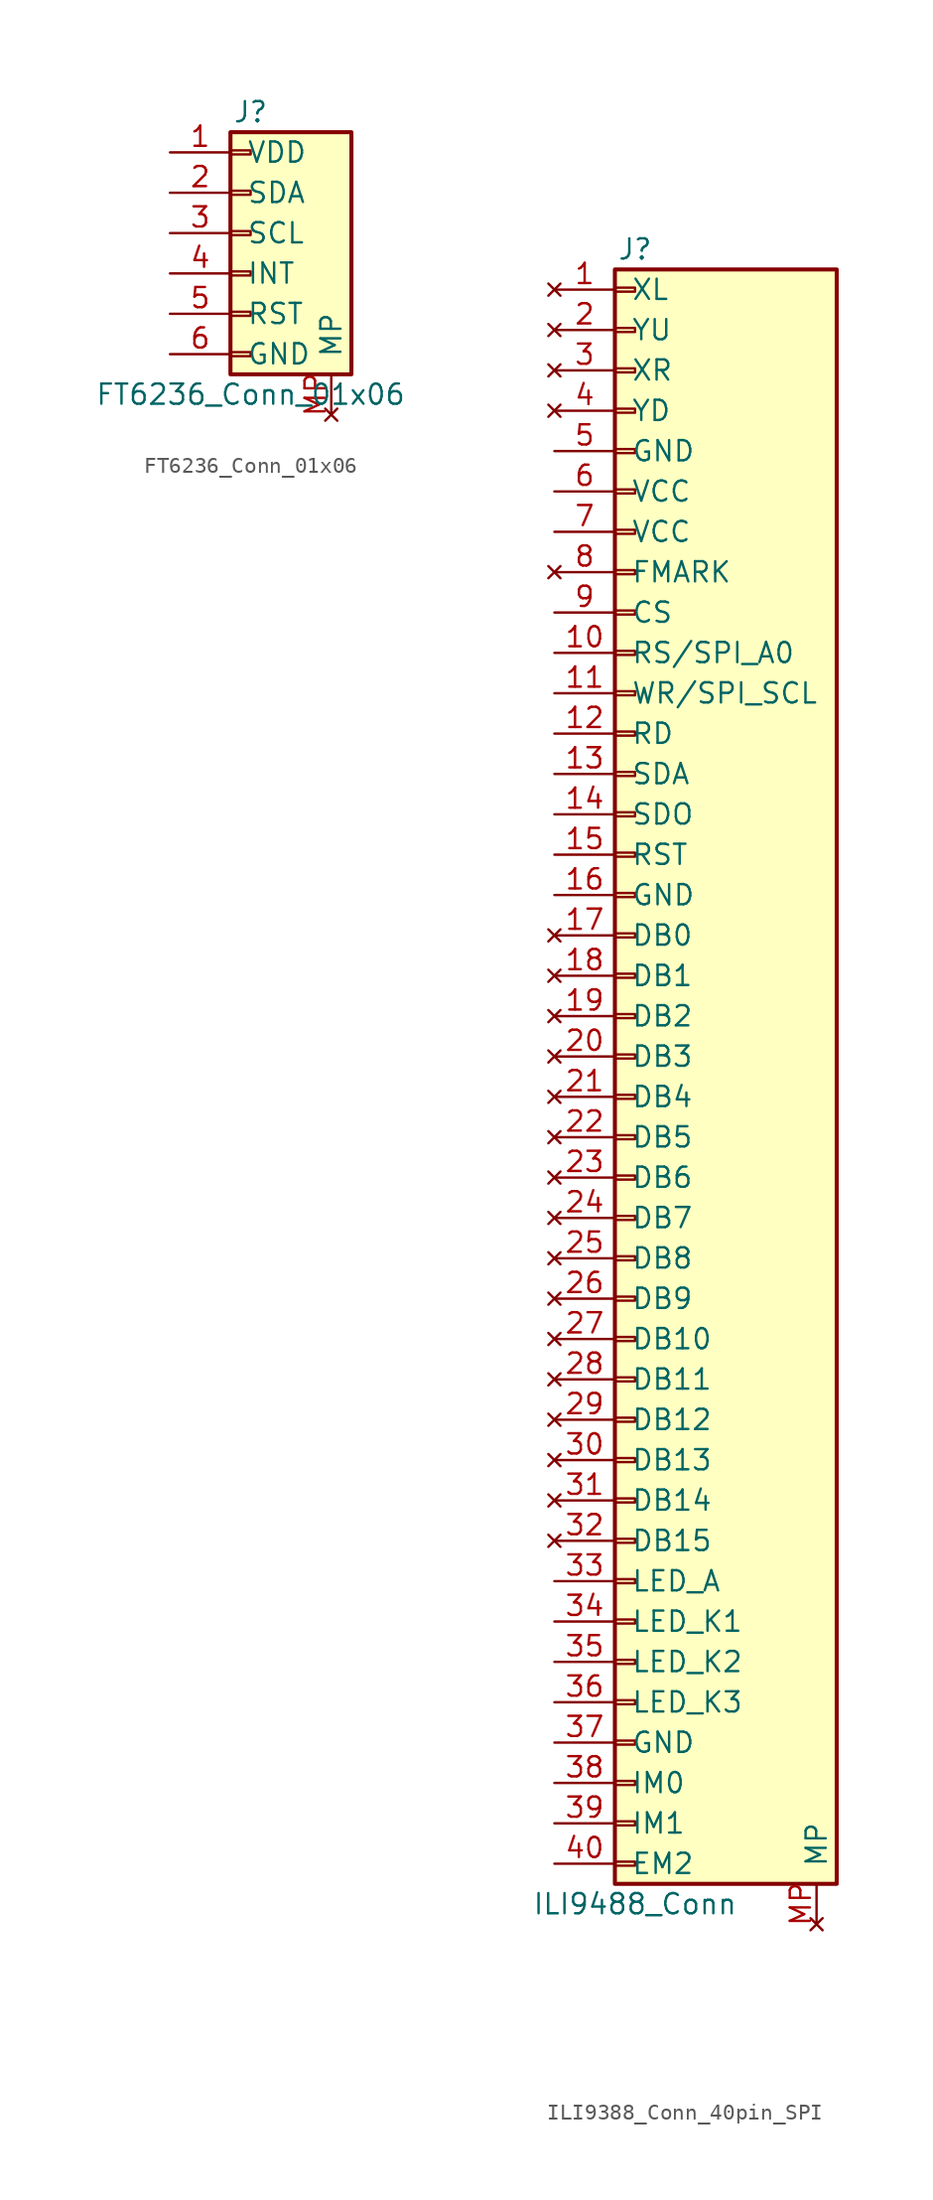
<source format=kicad_sym>
(kicad_symbol_lib
  (version 20241209)
  (generator "kicad_symbol_editor")
  (generator_version "9.0")
  (symbol "FT6236_Conn_01x06"
    (pin_names
      (offset 1.016))
    (property "Reference" "J"
      (at 0 7.62 0)
      (effects (font (size 1.27 1.27))))
    (property "Value" "FT6236_Conn_01x06"
      (at 0 -10.16 0)
      (effects (font (size 1.27 1.27))))
    (symbol "FT6236_Conn_01x06_1_1"
      (rectangle (start -1.27 6.35) (end 6.35 -8.89) (stroke (width 0.254) (type default)) (fill (type background)))
      (rectangle (start -1.27 5.207) (end 0 4.953) (stroke (width 0.152) (type default)) (fill (type none)))
      (rectangle (start -1.27 2.667) (end 0 2.413) (stroke (width 0.152) (type default)) (fill (type none)))
      (rectangle (start -1.27 0.127) (end 0 -0.127) (stroke (width 0.152) (type default)) (fill (type none)))
      (rectangle (start -1.27 -2.413) (end 0 -2.667) (stroke (width 0.152) (type default)) (fill (type none)))
      (rectangle (start -1.27 -4.953) (end 0 -5.207) (stroke (width 0.152) (type default)) (fill (type none)))
      (rectangle (start -1.27 -7.493) (end 0 -7.747) (stroke (width 0.152) (type default)) (fill (type none)))
      (pin passive line (at -5.08 5.08 0) (length 3.81) (name "VDD" (effects (font (size 1.27 1.27)))) (number "1" (effects (font (size 1.27 1.27)))))
      (pin passive line (at -5.08 2.54 0) (length 3.81) (name "SDA" (effects (font (size 1.27 1.27)))) (number "2" (effects (font (size 1.27 1.27)))))
      (pin passive line (at -5.08 0 0) (length 3.81) (name "SCL" (effects (font (size 1.27 1.27)))) (number "3" (effects (font (size 1.27 1.27)))))
      (pin passive line (at -5.08 -2.54 0) (length 3.81) (name "INT" (effects (font (size 1.27 1.27)))) (number "4" (effects (font (size 1.27 1.27)))))
      (pin passive line (at -5.08 -5.08 0) (length 3.81) (name "RST" (effects (font (size 1.27 1.27)))) (number "5" (effects (font (size 1.27 1.27)))))
      (pin passive line (at -5.08 -7.62 0) (length 3.81) (name "GND" (effects (font (size 1.27 1.27)))) (number "6" (effects (font (size 1.27 1.27)))))
      (pin no_connect line (at 5.08 -11.43 90) (length 2.54) (name "MP" (effects (font (size 1.27 1.27)))) (number "MP" (effects (font (size 1.27 1.27)))))))
  (symbol "ILI9388_Conn_40pin_SPI"
    (pin_names
      (offset 1.016))
    (property "Reference" "J"
      (at 0 50.8 0)
      (effects (font (size 1.27 1.27))))
    (property "Value" "ILI9488_Conn"
      (at 0 -53.34 0)
      (effects (font (size 1.27 1.27))))
    (symbol "ILI9388_Conn_40pin_SPI_1_1"
      (rectangle (start -1.27 49.53) (end 12.7 -52.07) (stroke (width 0.254) (type default)) (fill (type background)))
      (rectangle (start -1.27 48.387) (end 0 48.133) (stroke (width 0.152) (type default)) (fill (type none)))
      (rectangle (start -1.27 45.847) (end 0 45.593) (stroke (width 0.152) (type default)) (fill (type none)))
      (rectangle (start -1.27 43.307) (end 0 43.053) (stroke (width 0.152) (type default)) (fill (type none)))
      (rectangle (start -1.27 40.767) (end 0 40.513) (stroke (width 0.152) (type default)) (fill (type none)))
      (rectangle (start -1.27 38.227) (end 0 37.973) (stroke (width 0.152) (type default)) (fill (type none)))
      (rectangle (start -1.27 35.687) (end 0 35.433) (stroke (width 0.152) (type default)) (fill (type none)))
      (rectangle (start -1.27 33.147) (end 0 32.893) (stroke (width 0.152) (type default)) (fill (type none)))
      (rectangle (start -1.27 30.607) (end 0 30.353) (stroke (width 0.152) (type default)) (fill (type none)))
      (rectangle (start -1.27 28.067) (end 0 27.813) (stroke (width 0.152) (type default)) (fill (type none)))
      (rectangle (start -1.27 25.527) (end 0 25.273) (stroke (width 0.152) (type default)) (fill (type none)))
      (rectangle (start -1.27 22.987) (end 0 22.733) (stroke (width 0.152) (type default)) (fill (type none)))
      (rectangle (start -1.27 20.447) (end 0 20.193) (stroke (width 0.152) (type default)) (fill (type none)))
      (rectangle (start -1.27 17.907) (end 0 17.653) (stroke (width 0.152) (type default)) (fill (type none)))
      (rectangle (start -1.27 15.367) (end 0 15.113) (stroke (width 0.152) (type default)) (fill (type none)))
      (rectangle (start -1.27 12.827) (end 0 12.573) (stroke (width 0.152) (type default)) (fill (type none)))
      (rectangle (start -1.27 10.287) (end 0 10.033) (stroke (width 0.152) (type default)) (fill (type none)))
      (rectangle (start -1.27 7.747) (end 0 7.493) (stroke (width 0.152) (type default)) (fill (type none)))
      (rectangle (start -1.27 5.207) (end 0 4.953) (stroke (width 0.152) (type default)) (fill (type none)))
      (rectangle (start -1.27 2.667) (end 0 2.413) (stroke (width 0.152) (type default)) (fill (type none)))
      (rectangle (start -1.27 0.127) (end 0 -0.127) (stroke (width 0.152) (type default)) (fill (type none)))
      (rectangle (start -1.27 -2.413) (end 0 -2.667) (stroke (width 0.152) (type default)) (fill (type none)))
      (rectangle (start -1.27 -4.953) (end 0 -5.207) (stroke (width 0.152) (type default)) (fill (type none)))
      (rectangle (start -1.27 -7.493) (end 0 -7.747) (stroke (width 0.152) (type default)) (fill (type none)))
      (rectangle (start -1.27 -10.033) (end 0 -10.287) (stroke (width 0.152) (type default)) (fill (type none)))
      (rectangle (start -1.27 -12.573) (end 0 -12.827) (stroke (width 0.152) (type default)) (fill (type none)))
      (rectangle (start -1.27 -15.113) (end 0 -15.367) (stroke (width 0.152) (type default)) (fill (type none)))
      (rectangle (start -1.27 -17.653) (end 0 -17.907) (stroke (width 0.152) (type default)) (fill (type none)))
      (rectangle (start -1.27 -20.193) (end 0 -20.447) (stroke (width 0.152) (type default)) (fill (type none)))
      (rectangle (start -1.27 -22.733) (end 0 -22.987) (stroke (width 0.152) (type default)) (fill (type none)))
      (rectangle (start -1.27 -25.273) (end 0 -25.527) (stroke (width 0.152) (type default)) (fill (type none)))
      (rectangle (start -1.27 -27.813) (end 0 -28.067) (stroke (width 0.152) (type default)) (fill (type none)))
      (rectangle (start -1.27 -30.353) (end 0 -30.607) (stroke (width 0.152) (type default)) (fill (type none)))
      (rectangle (start -1.27 -32.893) (end 0 -33.147) (stroke (width 0.152) (type default)) (fill (type none)))
      (rectangle (start -1.27 -35.433) (end 0 -35.687) (stroke (width 0.152) (type default)) (fill (type none)))
      (rectangle (start -1.27 -37.973) (end 0 -38.227) (stroke (width 0.152) (type default)) (fill (type none)))
      (rectangle (start -1.27 -40.513) (end 0 -40.767) (stroke (width 0.152) (type default)) (fill (type none)))
      (rectangle (start -1.27 -43.053) (end 0 -43.307) (stroke (width 0.152) (type default)) (fill (type none)))
      (rectangle (start -1.27 -45.593) (end 0 -45.847) (stroke (width 0.152) (type default)) (fill (type none)))
      (rectangle (start -1.27 -48.133) (end 0 -48.387) (stroke (width 0.152) (type default)) (fill (type none)))
      (rectangle (start -1.27 -50.673) (end 0 -50.927) (stroke (width 0.152) (type default)) (fill (type none)))
      (pin no_connect line (at -5.08 48.26 0) (length 3.81) (name "XL" (effects (font (size 1.27 1.27)))) (number "1" (effects (font (size 1.27 1.27)))))
      (pin no_connect line (at -5.08 45.72 0) (length 3.81) (name "YU" (effects (font (size 1.27 1.27)))) (number "2" (effects (font (size 1.27 1.27)))))
      (pin no_connect line (at -5.08 43.18 0) (length 3.81) (name "XR" (effects (font (size 1.27 1.27)))) (number "3" (effects (font (size 1.27 1.27)))))
      (pin no_connect line (at -5.08 40.64 0) (length 3.81) (name "YD" (effects (font (size 1.27 1.27)))) (number "4" (effects (font (size 1.27 1.27)))))
      (pin passive line (at -5.08 38.1 0) (length 3.81) (name "GND" (effects (font (size 1.27 1.27)))) (number "5" (effects (font (size 1.27 1.27)))))
      (pin passive line (at -5.08 35.56 0) (length 3.81) (name "VCC" (effects (font (size 1.27 1.27)))) (number "6" (effects (font (size 1.27 1.27)))))
      (pin passive line (at -5.08 33.02 0) (length 3.81) (name "VCC" (effects (font (size 1.27 1.27)))) (number "7" (effects (font (size 1.27 1.27)))))
      (pin no_connect line (at -5.08 30.48 0) (length 3.81) (name "FMARK" (effects (font (size 1.27 1.27)))) (number "8" (effects (font (size 1.27 1.27)))))
      (pin passive line (at -5.08 27.94 0) (length 3.81) (name "CS" (effects (font (size 1.27 1.27)))) (number "9" (effects (font (size 1.27 1.27)))))
      (pin passive line (at -5.08 25.4 0) (length 3.81) (name "RS/SPI_A0" (effects (font (size 1.27 1.27)))) (number "10" (effects (font (size 1.27 1.27)))))
      (pin passive line (at -5.08 22.86 0) (length 3.81) (name "WR/SPI_SCL" (effects (font (size 1.27 1.27)))) (number "11" (effects (font (size 1.27 1.27)))))
      (pin passive line (at -5.08 20.32 0) (length 3.81) (name "RD" (effects (font (size 1.27 1.27)))) (number "12" (effects (font (size 1.27 1.27)))))
      (pin passive line (at -5.08 17.78 0) (length 3.81) (name "SDA" (effects (font (size 1.27 1.27)))) (number "13" (effects (font (size 1.27 1.27)))))
      (pin passive line (at -5.08 15.24 0) (length 3.81) (name "SDO" (effects (font (size 1.27 1.27)))) (number "14" (effects (font (size 1.27 1.27)))))
      (pin passive line (at -5.08 12.7 0) (length 3.81) (name "RST" (effects (font (size 1.27 1.27)))) (number "15" (effects (font (size 1.27 1.27)))))
      (pin passive line (at -5.08 10.16 0) (length 3.81) (name "GND" (effects (font (size 1.27 1.27)))) (number "16" (effects (font (size 1.27 1.27)))))
      (pin no_connect line (at -5.08 7.62 0) (length 3.81) (name "DB0" (effects (font (size 1.27 1.27)))) (number "17" (effects (font (size 1.27 1.27)))))
      (pin no_connect line (at -5.08 5.08 0) (length 3.81) (name "DB1" (effects (font (size 1.27 1.27)))) (number "18" (effects (font (size 1.27 1.27)))))
      (pin no_connect line (at -5.08 2.54 0) (length 3.81) (name "DB2" (effects (font (size 1.27 1.27)))) (number "19" (effects (font (size 1.27 1.27)))))
      (pin no_connect line (at -5.08 0 0) (length 3.81) (name "DB3" (effects (font (size 1.27 1.27)))) (number "20" (effects (font (size 1.27 1.27)))))
      (pin no_connect line (at -5.08 -2.54 0) (length 3.81) (name "DB4" (effects (font (size 1.27 1.27)))) (number "21" (effects (font (size 1.27 1.27)))))
      (pin no_connect line (at -5.08 -5.08 0) (length 3.81) (name "DB5" (effects (font (size 1.27 1.27)))) (number "22" (effects (font (size 1.27 1.27)))))
      (pin no_connect line (at -5.08 -7.62 0) (length 3.81) (name "DB6" (effects (font (size 1.27 1.27)))) (number "23" (effects (font (size 1.27 1.27)))))
      (pin no_connect line (at -5.08 -10.16 0) (length 3.81) (name "DB7" (effects (font (size 1.27 1.27)))) (number "24" (effects (font (size 1.27 1.27)))))
      (pin no_connect line (at -5.08 -12.7 0) (length 3.81) (name "DB8" (effects (font (size 1.27 1.27)))) (number "25" (effects (font (size 1.27 1.27)))))
      (pin no_connect line (at -5.08 -15.24 0) (length 3.81) (name "DB9" (effects (font (size 1.27 1.27)))) (number "26" (effects (font (size 1.27 1.27)))))
      (pin no_connect line (at -5.08 -17.78 0) (length 3.81) (name "DB10" (effects (font (size 1.27 1.27)))) (number "27" (effects (font (size 1.27 1.27)))))
      (pin no_connect line (at -5.08 -20.32 0) (length 3.81) (name "DB11" (effects (font (size 1.27 1.27)))) (number "28" (effects (font (size 1.27 1.27)))))
      (pin no_connect line (at -5.08 -22.86 0) (length 3.81) (name "DB12" (effects (font (size 1.27 1.27)))) (number "29" (effects (font (size 1.27 1.27)))))
      (pin no_connect line (at -5.08 -25.4 0) (length 3.81) (name "DB13" (effects (font (size 1.27 1.27)))) (number "30" (effects (font (size 1.27 1.27)))))
      (pin no_connect line (at -5.08 -27.94 0) (length 3.81) (name "DB14" (effects (font (size 1.27 1.27)))) (number "31" (effects (font (size 1.27 1.27)))))
      (pin no_connect line (at -5.08 -30.48 0) (length 3.81) (name "DB15" (effects (font (size 1.27 1.27)))) (number "32" (effects (font (size 1.27 1.27)))))
      (pin passive line (at -5.08 -33.02 0) (length 3.81) (name "LED_A" (effects (font (size 1.27 1.27)))) (number "33" (effects (font (size 1.27 1.27)))))
      (pin passive line (at -5.08 -35.56 0) (length 3.81) (name "LED_K1" (effects (font (size 1.27 1.27)))) (number "34" (effects (font (size 1.27 1.27)))))
      (pin passive line (at -5.08 -38.1 0) (length 3.81) (name "LED_K2" (effects (font (size 1.27 1.27)))) (number "35" (effects (font (size 1.27 1.27)))))
      (pin passive line (at -5.08 -40.64 0) (length 3.81) (name "LED_K3" (effects (font (size 1.27 1.27)))) (number "36" (effects (font (size 1.27 1.27)))))
      (pin passive line (at -5.08 -43.18 0) (length 3.81) (name "GND" (effects (font (size 1.27 1.27)))) (number "37" (effects (font (size 1.27 1.27)))))
      (pin passive line (at -5.08 -45.72 0) (length 3.81) (name "IM0" (effects (font (size 1.27 1.27)))) (number "38" (effects (font (size 1.27 1.27)))))
      (pin passive line (at -5.08 -48.26 0) (length 3.81) (name "IM1" (effects (font (size 1.27 1.27)))) (number "39" (effects (font (size 1.27 1.27)))))
      (pin passive line (at -5.08 -50.8 0) (length 3.81) (name "EM2" (effects (font (size 1.27 1.27)))) (number "40" (effects (font (size 1.27 1.27)))))
      (pin no_connect line (at 11.43 -54.61 90) (length 2.54) (name "MP" (effects (font (size 1.27 1.27)))) (number "MP" (effects (font (size 1.27 1.27))))))))
</source>
